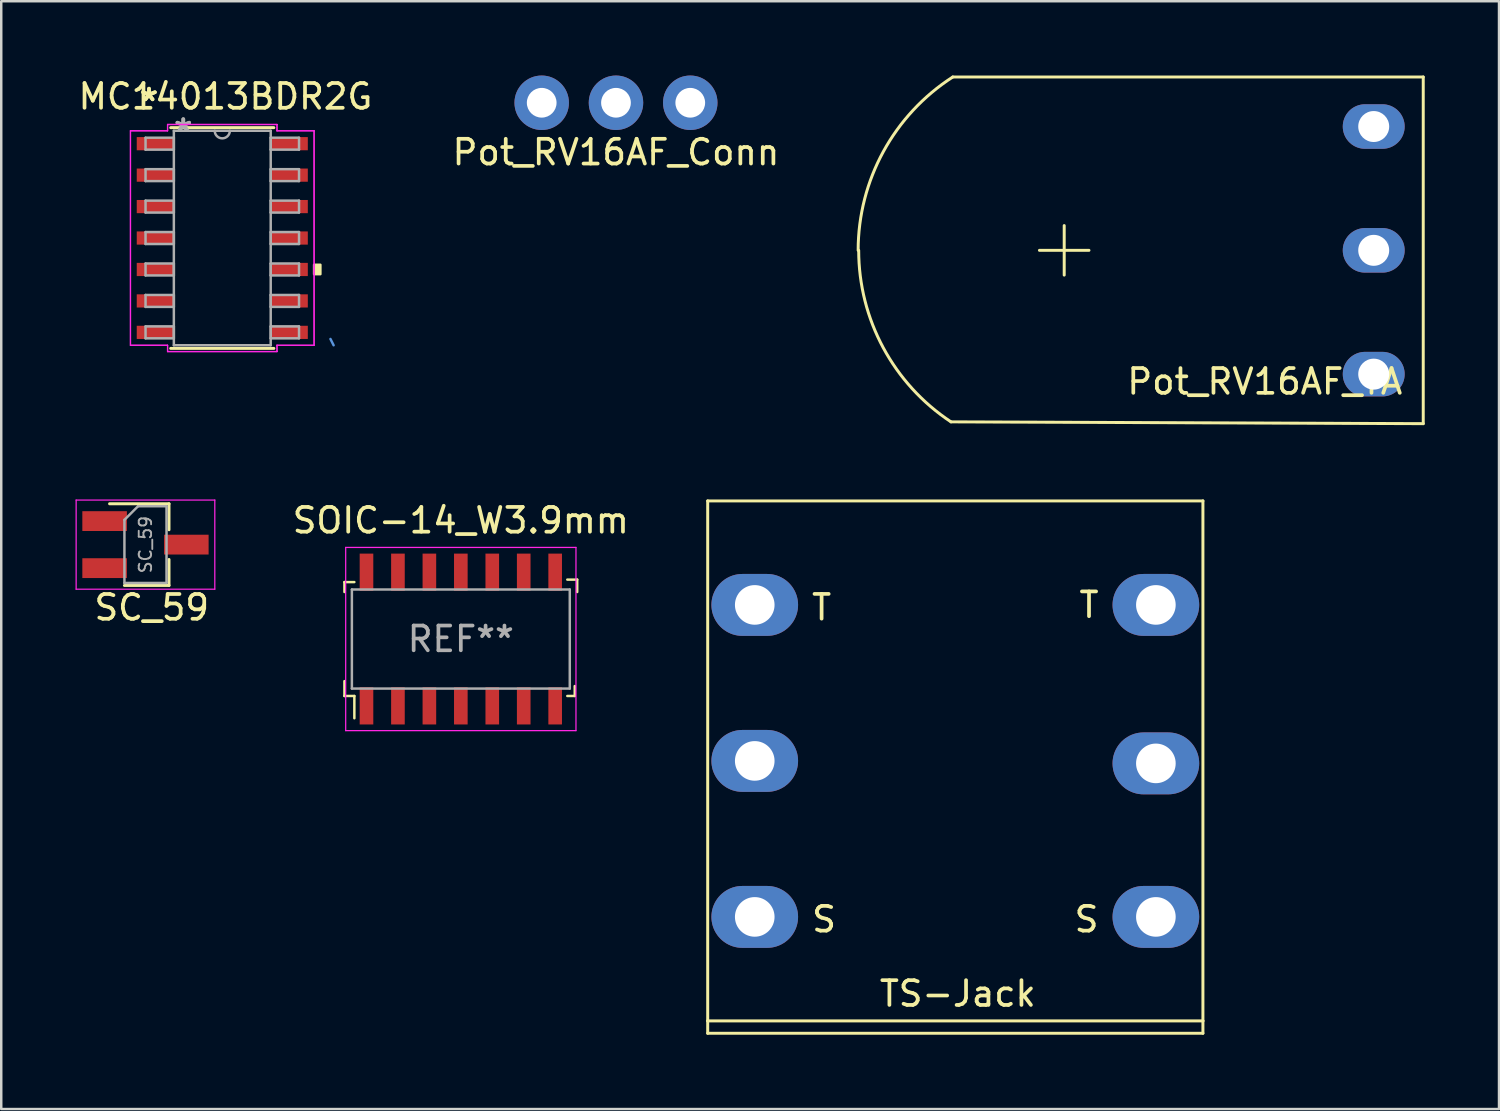
<source format=kicad_pcb>
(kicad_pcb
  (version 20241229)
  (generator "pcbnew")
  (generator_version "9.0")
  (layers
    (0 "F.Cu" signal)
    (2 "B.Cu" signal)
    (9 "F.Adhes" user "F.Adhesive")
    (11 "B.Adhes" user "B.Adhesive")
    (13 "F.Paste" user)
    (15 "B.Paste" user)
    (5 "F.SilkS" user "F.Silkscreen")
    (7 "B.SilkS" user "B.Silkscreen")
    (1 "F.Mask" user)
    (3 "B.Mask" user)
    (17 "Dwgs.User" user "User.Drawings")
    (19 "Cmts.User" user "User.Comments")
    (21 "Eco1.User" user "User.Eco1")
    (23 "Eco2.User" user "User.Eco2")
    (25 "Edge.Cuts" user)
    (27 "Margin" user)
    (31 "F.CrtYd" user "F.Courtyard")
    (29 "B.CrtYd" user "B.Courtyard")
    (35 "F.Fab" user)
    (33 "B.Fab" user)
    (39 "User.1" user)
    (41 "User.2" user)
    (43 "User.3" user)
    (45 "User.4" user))
  (footprint "SOIC-14_W3.9mm"
    (layer "F.Cu")
    (at 15.561 22.758)
    (property "Reference" "SOIC-14_W3.9mm" (at 0 -4.79 0) (layer "F.SilkS") (effects (font (size 1 1) (thickness 0.15))))
    (attr smd)
    (fp_line (start -4.7 -2.3) (end -4.7 -1.9) (stroke (width 0.1) (type solid)) (layer "F.SilkS"))
    (fp_line (start -4.7 1.7) (end -4.7 2.3) (stroke (width 0.1) (type solid)) (layer "F.SilkS"))
    (fp_line (start -4.7 2.3) (end -4.3 2.3) (stroke (width 0.1) (type solid)) (layer "F.SilkS"))
    (fp_line (start -4.3 -2.3) (end -4.7 -2.3) (stroke (width 0.1) (type solid)) (layer "F.SilkS"))
    (fp_line (start -4.3 2.3) (end -4.3 3.2) (stroke (width 0.1) (type solid)) (layer "F.SilkS"))
    (fp_line (start 4.3 -2.4) (end 4.7 -2.4) (stroke (width 0.1) (type solid)) (layer "F.SilkS"))
    (fp_line (start 4.3 2.3) (end 4.6 2.3) (stroke (width 0.1) (type solid)) (layer "F.SilkS"))
    (fp_line (start 4.6 2.3) (end 4.6 1.9) (stroke (width 0.1) (type solid)) (layer "F.SilkS"))
    (fp_line (start 4.7 -2.4) (end 4.7 -1.9) (stroke (width 0.1) (type solid)) (layer "F.SilkS"))
    (fp_line (start -4.65 3.7) (end -4.65 -3.7) (stroke (width 0.05) (type solid)) (layer "F.CrtYd"))
    (fp_line (start -4.65 3.7) (end 4.65 3.7) (stroke (width 0.05) (type solid)) (layer "F.CrtYd"))
    (fp_line (start 4.65 -3.7) (end -4.65 -3.7) (stroke (width 0.05) (type solid)) (layer "F.CrtYd"))
    (fp_line (start 4.65 -3.7) (end 4.65 3.7) (stroke (width 0.05) (type solid)) (layer "F.CrtYd"))
    (fp_line (start -4.4 -2) (end -4.4 2) (stroke (width 0.1) (type solid)) (layer "F.Fab"))
    (fp_line (start -4.4 -2) (end 4.4 -2) (stroke (width 0.1) (type solid)) (layer "F.Fab"))
    (fp_line (start -4.4 2) (end 4.4 2) (stroke (width 0.1) (type solid)) (layer "F.Fab"))
    (fp_line (start 4.4 -2) (end 4.4 2) (stroke (width 0.1) (type solid)) (layer "F.Fab"))
    (fp_text user "REF**" (at 0 0 0) (layer "F.Fab") (effects (font (size 1 1) (thickness 0.15))))
    (pad "1" smd rect (at -3.81 2.7) (size 0.55 1.5) (layers "F.Cu" "F.Mask" "F.Paste"))
    (pad "2" smd rect (at -2.54 2.7) (size 0.55 1.5) (layers "F.Cu" "F.Mask" "F.Paste"))
    (pad "3" smd rect (at -1.27 2.7) (size 0.55 1.5) (layers "F.Cu" "F.Mask" "F.Paste"))
    (pad "4" smd rect (at 0 2.7) (size 0.55 1.5) (layers "F.Cu" "F.Mask" "F.Paste"))
    (pad "5" smd rect (at 1.27 2.7) (size 0.55 1.5) (layers "F.Cu" "F.Mask" "F.Paste"))
    (pad "6" smd rect (at 2.54 2.7) (size 0.55 1.5) (layers "F.Cu" "F.Mask" "F.Paste"))
    (pad "7" smd rect (at 3.81 2.7) (size 0.55 1.5) (layers "F.Cu" "F.Mask" "F.Paste"))
    (pad "8" smd rect (at 3.81 -2.7) (size 0.55 1.5) (layers "F.Cu" "F.Mask" "F.Paste"))
    (pad "9" smd rect (at 2.54 -2.7) (size 0.55 1.5) (layers "F.Cu" "F.Mask" "F.Paste"))
    (pad "10" smd rect (at 1.27 -2.7) (size 0.55 1.5) (layers "F.Cu" "F.Mask" "F.Paste"))
    (pad "11" smd rect (at 0 -2.7) (size 0.55 1.5) (layers "F.Cu" "F.Mask" "F.Paste"))
    (pad "12" smd rect (at -1.27 -2.7) (size 0.55 1.5) (layers "F.Cu" "F.Mask" "F.Paste"))
    (pad "13" smd rect (at -2.54 -2.7) (size 0.55 1.5) (layers "F.Cu" "F.Mask" "F.Paste"))
    (pad "14" smd rect (at -3.81 -2.7) (size 0.55 1.5) (layers "F.Cu" "F.Mask" "F.Paste")))
  (footprint "MC14013BDR2G"
    (layer "F.Cu")
    (at 5.927 6.563)
    (property "Reference" "MC14013BDR2G" (at 0.127 -5.715 0) (layer "F.SilkS") (effects (font (size 1 1) (thickness 0.15))))
    (attr through_hole)
    (fp_line (start -2.083 4.458) (end 2.083 4.458) (stroke (width 0.12) (type solid)) (layer "F.SilkS"))
    (fp_line (start 2.083 -4.458) (end -2.083 -4.458) (stroke (width 0.12) (type solid)) (layer "F.SilkS"))
    (fp_poly (pts (xy 3.962 1.079) (xy 3.962 1.46) (xy 3.708 1.46) (xy 3.708 1.079)) (stroke (width 0.1) (type solid)) (fill yes) (layer "F.SilkS"))
    (fp_line (start 4.496 4.331) (end 4.369 4.077) (stroke (width 0.1) (type solid)) (layer "Cmts.User"))
    (fp_line (start -3.708 -4.331) (end -2.21 -4.331) (stroke (width 0.05) (type solid)) (layer "F.CrtYd"))
    (fp_line (start -3.708 -4.331) (end -2.21 -4.331) (stroke (width 0.05) (type solid)) (layer "F.CrtYd"))
    (fp_line (start -3.708 4.331) (end -3.708 -4.331) (stroke (width 0.05) (type solid)) (layer "F.CrtYd"))
    (fp_line (start -3.708 4.331) (end -3.708 -4.331) (stroke (width 0.05) (type solid)) (layer "F.CrtYd"))
    (fp_line (start -3.708 4.331) (end -2.21 4.331) (stroke (width 0.05) (type solid)) (layer "F.CrtYd"))
    (fp_line (start -2.21 -4.585) (end 2.21 -4.585) (stroke (width 0.05) (type solid)) (layer "F.CrtYd"))
    (fp_line (start -2.21 -4.585) (end 2.21 -4.585) (stroke (width 0.05) (type solid)) (layer "F.CrtYd"))
    (fp_line (start -2.21 -4.331) (end -2.21 -4.585) (stroke (width 0.05) (type solid)) (layer "F.CrtYd"))
    (fp_line (start -2.21 -4.331) (end -2.21 -4.585) (stroke (width 0.05) (type solid)) (layer "F.CrtYd"))
    (fp_line (start -2.21 4.331) (end -3.708 4.331) (stroke (width 0.05) (type solid)) (layer "F.CrtYd"))
    (fp_line (start -2.21 4.585) (end -2.21 4.331) (stroke (width 0.05) (type solid)) (layer "F.CrtYd"))
    (fp_line (start -2.21 4.585) (end -2.21 4.331) (stroke (width 0.05) (type solid)) (layer "F.CrtYd"))
    (fp_line (start 2.21 -4.585) (end 2.21 -4.331) (stroke (width 0.05) (type solid)) (layer "F.CrtYd"))
    (fp_line (start 2.21 -4.585) (end 2.21 -4.331) (stroke (width 0.05) (type solid)) (layer "F.CrtYd"))
    (fp_line (start 2.21 -4.331) (end 3.708 -4.331) (stroke (width 0.05) (type solid)) (layer "F.CrtYd"))
    (fp_line (start 2.21 4.331) (end 2.21 4.585) (stroke (width 0.05) (type solid)) (layer "F.CrtYd"))
    (fp_line (start 2.21 4.331) (end 2.21 4.585) (stroke (width 0.05) (type solid)) (layer "F.CrtYd"))
    (fp_line (start 2.21 4.585) (end -2.21 4.585) (stroke (width 0.05) (type solid)) (layer "F.CrtYd"))
    (fp_line (start 2.21 4.585) (end -2.21 4.585) (stroke (width 0.05) (type solid)) (layer "F.CrtYd"))
    (fp_line (start 3.708 -4.331) (end 2.21 -4.331) (stroke (width 0.05) (type solid)) (layer "F.CrtYd"))
    (fp_line (start 3.708 -4.331) (end 3.708 4.331) (stroke (width 0.05) (type solid)) (layer "F.CrtYd"))
    (fp_line (start 3.708 -4.331) (end 3.708 4.331) (stroke (width 0.05) (type solid)) (layer "F.CrtYd"))
    (fp_line (start 3.708 4.331) (end 2.21 4.331) (stroke (width 0.05) (type solid)) (layer "F.CrtYd"))
    (fp_line (start 3.708 4.331) (end 2.21 4.331) (stroke (width 0.05) (type solid)) (layer "F.CrtYd"))
    (fp_line (start -3.099 -4.051) (end -3.099 -3.569) (stroke (width 0.1) (type solid)) (layer "F.Fab"))
    (fp_line (start -3.099 -3.569) (end -1.956 -3.569) (stroke (width 0.1) (type solid)) (layer "F.Fab"))
    (fp_line (start -3.099 -2.781) (end -3.099 -2.299) (stroke (width 0.1) (type solid)) (layer "F.Fab"))
    (fp_line (start -3.099 -2.299) (end -1.956 -2.299) (stroke (width 0.1) (type solid)) (layer "F.Fab"))
    (fp_line (start -3.099 -1.511) (end -3.099 -1.029) (stroke (width 0.1) (type solid)) (layer "F.Fab"))
    (fp_line (start -3.099 -1.029) (end -1.956 -1.029) (stroke (width 0.1) (type solid)) (layer "F.Fab"))
    (fp_line (start -3.099 -0.241) (end -3.099 0.241) (stroke (width 0.1) (type solid)) (layer "F.Fab"))
    (fp_line (start -3.099 0.241) (end -1.956 0.241) (stroke (width 0.1) (type solid)) (layer "F.Fab"))
    (fp_line (start -3.099 1.029) (end -3.099 1.511) (stroke (width 0.1) (type solid)) (layer "F.Fab"))
    (fp_line (start -3.099 1.511) (end -1.956 1.511) (stroke (width 0.1) (type solid)) (layer "F.Fab"))
    (fp_line (start -3.099 2.299) (end -3.099 2.781) (stroke (width 0.1) (type solid)) (layer "F.Fab"))
    (fp_line (start -3.099 2.781) (end -1.956 2.781) (stroke (width 0.1) (type solid)) (layer "F.Fab"))
    (fp_line (start -3.099 3.569) (end -3.099 4.051) (stroke (width 0.1) (type solid)) (layer "F.Fab"))
    (fp_line (start -3.099 4.051) (end -1.956 4.051) (stroke (width 0.1) (type solid)) (layer "F.Fab"))
    (fp_line (start -1.956 -4.331) (end -1.956 4.331) (stroke (width 0.1) (type solid)) (layer "F.Fab"))
    (fp_line (start -1.956 -4.051) (end -3.099 -4.051) (stroke (width 0.1) (type solid)) (layer "F.Fab"))
    (fp_line (start -1.956 -3.569) (end -1.956 -4.051) (stroke (width 0.1) (type solid)) (layer "F.Fab"))
    (fp_line (start -1.956 -2.781) (end -3.099 -2.781) (stroke (width 0.1) (type solid)) (layer "F.Fab"))
    (fp_line (start -1.956 -2.299) (end -1.956 -2.781) (stroke (width 0.1) (type solid)) (layer "F.Fab"))
    (fp_line (start -1.956 -1.511) (end -3.099 -1.511) (stroke (width 0.1) (type solid)) (layer "F.Fab"))
    (fp_line (start -1.956 -1.029) (end -1.956 -1.511) (stroke (width 0.1) (type solid)) (layer "F.Fab"))
    (fp_line (start -1.956 -0.241) (end -3.099 -0.241) (stroke (width 0.1) (type solid)) (layer "F.Fab"))
    (fp_line (start -1.956 0.241) (end -1.956 -0.241) (stroke (width 0.1) (type solid)) (layer "F.Fab"))
    (fp_line (start -1.956 1.029) (end -3.099 1.029) (stroke (width 0.1) (type solid)) (layer "F.Fab"))
    (fp_line (start -1.956 1.511) (end -1.956 1.029) (stroke (width 0.1) (type solid)) (layer "F.Fab"))
    (fp_line (start -1.956 2.299) (end -3.099 2.299) (stroke (width 0.1) (type solid)) (layer "F.Fab"))
    (fp_line (start -1.956 2.781) (end -1.956 2.299) (stroke (width 0.1) (type solid)) (layer "F.Fab"))
    (fp_line (start -1.956 3.569) (end -3.099 3.569) (stroke (width 0.1) (type solid)) (layer "F.Fab"))
    (fp_line (start -1.956 4.051) (end -1.956 3.569) (stroke (width 0.1) (type solid)) (layer "F.Fab"))
    (fp_line (start -1.956 4.331) (end 1.956 4.331) (stroke (width 0.1) (type solid)) (layer "F.Fab"))
    (fp_line (start 1.956 -4.331) (end -1.956 -4.331) (stroke (width 0.1) (type solid)) (layer "F.Fab"))
    (fp_line (start 1.956 -4.051) (end 1.956 -3.569) (stroke (width 0.1) (type solid)) (layer "F.Fab"))
    (fp_line (start 1.956 -3.569) (end 3.099 -3.569) (stroke (width 0.1) (type solid)) (layer "F.Fab"))
    (fp_line (start 1.956 -2.781) (end 1.956 -2.299) (stroke (width 0.1) (type solid)) (layer "F.Fab"))
    (fp_line (start 1.956 -2.299) (end 3.099 -2.299) (stroke (width 0.1) (type solid)) (layer "F.Fab"))
    (fp_line (start 1.956 -1.511) (end 1.956 -1.029) (stroke (width 0.1) (type solid)) (layer "F.Fab"))
    (fp_line (start 1.956 -1.029) (end 3.099 -1.029) (stroke (width 0.1) (type solid)) (layer "F.Fab"))
    (fp_line (start 1.956 -0.241) (end 1.956 0.241) (stroke (width 0.1) (type solid)) (layer "F.Fab"))
    (fp_line (start 1.956 0.241) (end 3.099 0.241) (stroke (width 0.1) (type solid)) (layer "F.Fab"))
    (fp_line (start 1.956 1.029) (end 1.956 1.511) (stroke (width 0.1) (type solid)) (layer "F.Fab"))
    (fp_line (start 1.956 1.511) (end 3.099 1.511) (stroke (width 0.1) (type solid)) (layer "F.Fab"))
    (fp_line (start 1.956 2.299) (end 1.956 2.781) (stroke (width 0.1) (type solid)) (layer "F.Fab"))
    (fp_line (start 1.956 2.781) (end 3.099 2.781) (stroke (width 0.1) (type solid)) (layer "F.Fab"))
    (fp_line (start 1.956 3.569) (end 1.956 4.051) (stroke (width 0.1) (type solid)) (layer "F.Fab"))
    (fp_line (start 1.956 4.051) (end 3.099 4.051) (stroke (width 0.1) (type solid)) (layer "F.Fab"))
    (fp_line (start 1.956 4.331) (end 1.956 -4.331) (stroke (width 0.1) (type solid)) (layer "F.Fab"))
    (fp_line (start 3.099 -4.051) (end 1.956 -4.051) (stroke (width 0.1) (type solid)) (layer "F.Fab"))
    (fp_line (start 3.099 -3.569) (end 3.099 -4.051) (stroke (width 0.1) (type solid)) (layer "F.Fab"))
    (fp_line (start 3.099 -2.781) (end 1.956 -2.781) (stroke (width 0.1) (type solid)) (layer "F.Fab"))
    (fp_line (start 3.099 -2.299) (end 3.099 -2.781) (stroke (width 0.1) (type solid)) (layer "F.Fab"))
    (fp_line (start 3.099 -1.511) (end 1.956 -1.511) (stroke (width 0.1) (type solid)) (layer "F.Fab"))
    (fp_line (start 3.099 -1.029) (end 3.099 -1.511) (stroke (width 0.1) (type solid)) (layer "F.Fab"))
    (fp_line (start 3.099 -0.241) (end 1.956 -0.241) (stroke (width 0.1) (type solid)) (layer "F.Fab"))
    (fp_line (start 3.099 0.241) (end 3.099 -0.241) (stroke (width 0.1) (type solid)) (layer "F.Fab"))
    (fp_line (start 3.099 1.029) (end 1.956 1.029) (stroke (width 0.1) (type solid)) (layer "F.Fab"))
    (fp_line (start 3.099 1.511) (end 3.099 1.029) (stroke (width 0.1) (type solid)) (layer "F.Fab"))
    (fp_line (start 3.099 2.299) (end 1.956 2.299) (stroke (width 0.1) (type solid)) (layer "F.Fab"))
    (fp_line (start 3.099 2.781) (end 3.099 2.299) (stroke (width 0.1) (type solid)) (layer "F.Fab"))
    (fp_line (start 3.099 3.569) (end 1.956 3.569) (stroke (width 0.1) (type solid)) (layer "F.Fab"))
    (fp_line (start 3.099 4.051) (end 3.099 3.569) (stroke (width 0.1) (type solid)) (layer "F.Fab"))
    (fp_arc (start 0.3048 -4.3307) (mid 0 -4.0259) (end -0.3048 -4.3307) (stroke (width 0.1) (type solid)) (layer "F.Fab"))
    (fp_text user "*" (at -2.959 -5.486 0) (layer "F.SilkS") (effects (font (size 1 1) (thickness 0.15))))
    (fp_text user "*" (at -2.959 -5.486 0) (layer "F.SilkS") (effects (font (size 1 1) (thickness 0.15))))
    (fp_text user "Copyright 2021 Accelerated Designs. All rights reserved." (at 0 0 0) (layer "Cmts.User") (effects (font (size 0.127 0.127) (thickness 0.002))))
    (fp_text user "*" (at -1.575 -4.255 0) (layer "F.Fab") (effects (font (size 1 1) (thickness 0.15))))
    (fp_text user "*" (at -1.575 -4.255 0) (layer "F.Fab") (effects (font (size 1 1) (thickness 0.15))))
    (pad "1" smd rect (at -2.705 -3.81) (size 1.499 0.533) (layers "F.Cu" "F.Mask" "F.Paste"))
    (pad "2" smd rect (at -2.705 -2.54) (size 1.499 0.533) (layers "F.Cu" "F.Mask" "F.Paste"))
    (pad "3" smd rect (at -2.705 -1.27) (size 1.499 0.533) (layers "F.Cu" "F.Mask" "F.Paste"))
    (pad "4" smd rect (at -2.705 0) (size 1.499 0.533) (layers "F.Cu" "F.Mask" "F.Paste"))
    (pad "5" smd rect (at -2.705 1.27) (size 1.499 0.533) (layers "F.Cu" "F.Mask" "F.Paste"))
    (pad "6" smd rect (at -2.705 2.54) (size 1.499 0.533) (layers "F.Cu" "F.Mask" "F.Paste"))
    (pad "7" smd rect (at -2.705 3.81) (size 1.499 0.533) (layers "F.Cu" "F.Mask" "F.Paste"))
    (pad "8" smd rect (at 2.705 3.81) (size 1.499 0.533) (layers "F.Cu" "F.Mask" "F.Paste"))
    (pad "9" smd rect (at 2.705 2.54) (size 1.499 0.533) (layers "F.Cu" "F.Mask" "F.Paste"))
    (pad "10" smd rect (at 2.705 1.27) (size 1.499 0.533) (layers "F.Cu" "F.Mask" "F.Paste"))
    (pad "11" smd rect (at 2.705 0) (size 1.499 0.533) (layers "F.Cu" "F.Mask" "F.Paste"))
    (pad "12" smd rect (at 2.705 -1.27) (size 1.499 0.533) (layers "F.Cu" "F.Mask" "F.Paste"))
    (pad "13" smd rect (at 2.705 -2.54) (size 1.499 0.533) (layers "F.Cu" "F.Mask" "F.Paste"))
    (pad "14" smd rect (at 2.705 -3.81) (size 1.499 0.533) (layers "F.Cu" "F.Mask" "F.Paste")))
  (footprint "TS-Jack"
    (layer "F.Cu")
    (at 35.531 27.68)
    (property "Reference" "TS-Jack" (at 0.1 9.4 0) (layer "F.SilkS") (effects (font (size 1 1) (thickness 0.15))))
    (attr through_hole)
    (fp_line (start -10 -10.5) (end -10 10.5) (stroke (width 0.12) (type solid)) (layer "F.SilkS"))
    (fp_line (start -10 -10.5) (end 10 -10.5) (stroke (width 0.12) (type solid)) (layer "F.SilkS"))
    (fp_line (start -10 10.5) (end -10 11) (stroke (width 0.12) (type solid)) (layer "F.SilkS"))
    (fp_line (start -10 10.5) (end 10 10.5) (stroke (width 0.12) (type solid)) (layer "F.SilkS"))
    (fp_line (start -10 11) (end 10 11) (stroke (width 0.12) (type solid)) (layer "F.SilkS"))
    (fp_line (start 10 10.5) (end 10 -10.5) (stroke (width 0.12) (type solid)) (layer "F.SilkS"))
    (fp_line (start 10 11) (end 10 10.5) (stroke (width 0.12) (type solid)) (layer "F.SilkS"))
    (fp_text user "S" (at 5.3 6.4 0) (layer "F.SilkS") (effects (font (size 1 1) (thickness 0.15))))
    (fp_text user "S" (at -5.3 6.4 0) (layer "F.SilkS") (effects (font (size 1 1) (thickness 0.15))))
    (fp_text user "T" (at 5.4 -6.3 0) (layer "F.SilkS") (effects (font (size 1 1) (thickness 0.15))))
    (fp_text user "T" (at -5.4 -6.2 0) (layer "F.SilkS") (effects (font (size 1 1) (thickness 0.15))))
    (pad "1" thru_hole oval (at -8.1 -6.3) (size 3.5 2.5) (drill 1.6) (layers "*.Cu" "*.Mask"))
    (pad "1" thru_hole oval (at 8.1 -6.3) (size 3.5 2.5) (drill 1.6) (layers "*.Cu" "*.Mask"))
    (pad "2" thru_hole oval (at -8.1 0) (size 3.5 2.5) (drill 1.6) (layers "*.Cu" "*.Mask"))
    (pad "2" thru_hole oval (at 8.1 0.1) (size 3.5 2.5) (drill 1.6) (layers "*.Cu" "*.Mask"))
    (pad "3" thru_hole oval (at -8.1 6.3) (size 3.5 2.5) (drill 1.6) (layers "*.Cu" "*.Mask"))
    (pad "3" thru_hole oval (at 8.1 6.3) (size 3.5 2.5) (drill 1.6) (layers "*.Cu" "*.Mask")))
  (footprint "Pot_RV16AF_TA"
    (layer "F.Cu")
    (at 52.429 7.06)
    (property "Reference" "Pot_RV16AF_TA" (at -4.4 5.3 0) (layer "F.SilkS") (effects (font (size 1 1) (thickness 0.15))))
    (attr through_hole)
    (fp_line (start -17.072 6.927) (end 2 7) (stroke (width 0.12) (type solid)) (layer "F.SilkS"))
    (fp_line (start -13.5 0) (end -11.5 0) (stroke (width 0.12) (type solid)) (layer "F.SilkS"))
    (fp_line (start -12.5 -1) (end -12.5 1) (stroke (width 0.12) (type solid)) (layer "F.SilkS"))
    (fp_line (start 2 -7) (end -17 -7) (stroke (width 0.12) (type solid)) (layer "F.SilkS"))
    (fp_line (start 2 7) (end 2 -7) (stroke (width 0.12) (type solid)) (layer "F.SilkS"))
    (fp_arc (start -20.821657 0) (mid -19.80402 -3.987639) (end -16.999999 -6.999999) (stroke (width 0.12) (type solid)) (layer "F.SilkS"))
    (fp_arc (start -17.07199 6.927258) (mid -19.808814 3.93335) (end -20.8 0) (stroke (width 0.12) (type solid)) (layer "F.SilkS"))
    (pad "1" thru_hole oval (at 0 -5 180) (size 2.5 1.8) (drill 1.25) (layers "*.Cu" "*.Mask"))
    (pad "2" thru_hole oval (at 0 0) (size 2.5 1.8) (drill 1.25) (layers "*.Cu" "*.Mask"))
    (pad "3" thru_hole oval (at 0 5) (size 2.5 1.8) (drill 1.25) (layers "*.Cu" "*.Mask")))
  (footprint "SC_59"
    (layer "F.Cu")
    (at 2.825 18.945)
    (property "Reference" "SC_59" (at 0.254 2.54 0) (layer "F.SilkS") (effects (font (size 1 1) (thickness 0.15))))
    (attr through_hole)
    (fp_line (start -1.45 -1.65) (end 0.95 -1.65) (stroke (width 0.12) (type solid)) (layer "F.SilkS"))
    (fp_line (start -0.85 1.65) (end 0.95 1.65) (stroke (width 0.12) (type solid)) (layer "F.SilkS"))
    (fp_line (start 0.95 -1.65) (end 0.95 -0.6) (stroke (width 0.12) (type solid)) (layer "F.SilkS"))
    (fp_line (start 0.95 1.65) (end 0.95 0.6) (stroke (width 0.12) (type solid)) (layer "F.SilkS"))
    (fp_line (start -2.8 -1.8) (end -2.8 1.8) (stroke (width 0.05) (type solid)) (layer "F.CrtYd"))
    (fp_line (start -2.8 -1.8) (end 2.8 -1.8) (stroke (width 0.05) (type solid)) (layer "F.CrtYd"))
    (fp_line (start 2.8 1.8) (end -2.8 1.8) (stroke (width 0.05) (type solid)) (layer "F.CrtYd"))
    (fp_line (start 2.8 1.8) (end 2.8 -1.8) (stroke (width 0.05) (type solid)) (layer "F.CrtYd"))
    (fp_line (start -0.85 1.55) (end -0.85 -1) (stroke (width 0.1) (type solid)) (layer "F.Fab"))
    (fp_line (start -0.85 1.55) (end 0.85 1.55) (stroke (width 0.1) (type solid)) (layer "F.Fab"))
    (fp_line (start -0.3 -1.55) (end -0.85 -1) (stroke (width 0.1) (type solid)) (layer "F.Fab"))
    (fp_line (start -0.3 -1.55) (end 0.85 -1.55) (stroke (width 0.1) (type solid)) (layer "F.Fab"))
    (fp_line (start 0.85 -1.52) (end 0.85 1.52) (stroke (width 0.1) (type solid)) (layer "F.Fab"))
    (fp_text user "${REFERENCE}" (at 0 0 90) (layer "F.Fab") (effects (font (size 0.5 0.5) (thickness 0.075))))
    (pad "1" smd rect (at -1.65 -0.95) (size 1.8 0.8) (layers "F.Cu" "F.Mask" "F.Paste"))
    (pad "2" smd rect (at -1.65 0.95) (size 1.8 0.8) (layers "F.Cu" "F.Mask" "F.Paste"))
    (pad "3" smd rect (at 1.65 0) (size 1.8 0.8) (layers "F.Cu" "F.Mask" "F.Paste")))
  (footprint "Pot_RV16AF_Conn"
    (layer "F.Cu")
    (at 21.827 1.1)
    (property "Reference" "Pot_RV16AF_Conn" (at 0 2 0) (layer "F.SilkS") (effects (font (size 1 1) (thickness 0.15))))
    (attr through_hole)
    (pad "1" thru_hole circle (at -3 0) (size 2.2 2.2) (drill 1.2) (layers "*.Cu" "*.Mask"))
    (pad "2" thru_hole circle (at 0 0) (size 2.2 2.2) (drill 1.2) (layers "*.Cu" "*.Mask"))
    (pad "3" thru_hole circle (at 3 0) (size 2.2 2.2) (drill 1.2) (layers "*.Cu" "*.Mask")))
  (gr_rect
    (start -3 -3)
    (end 57.489 41.74)
    (stroke (width 0.1) (type default))
    (fill no)
    (layer "Edge.Cuts")))
</source>
